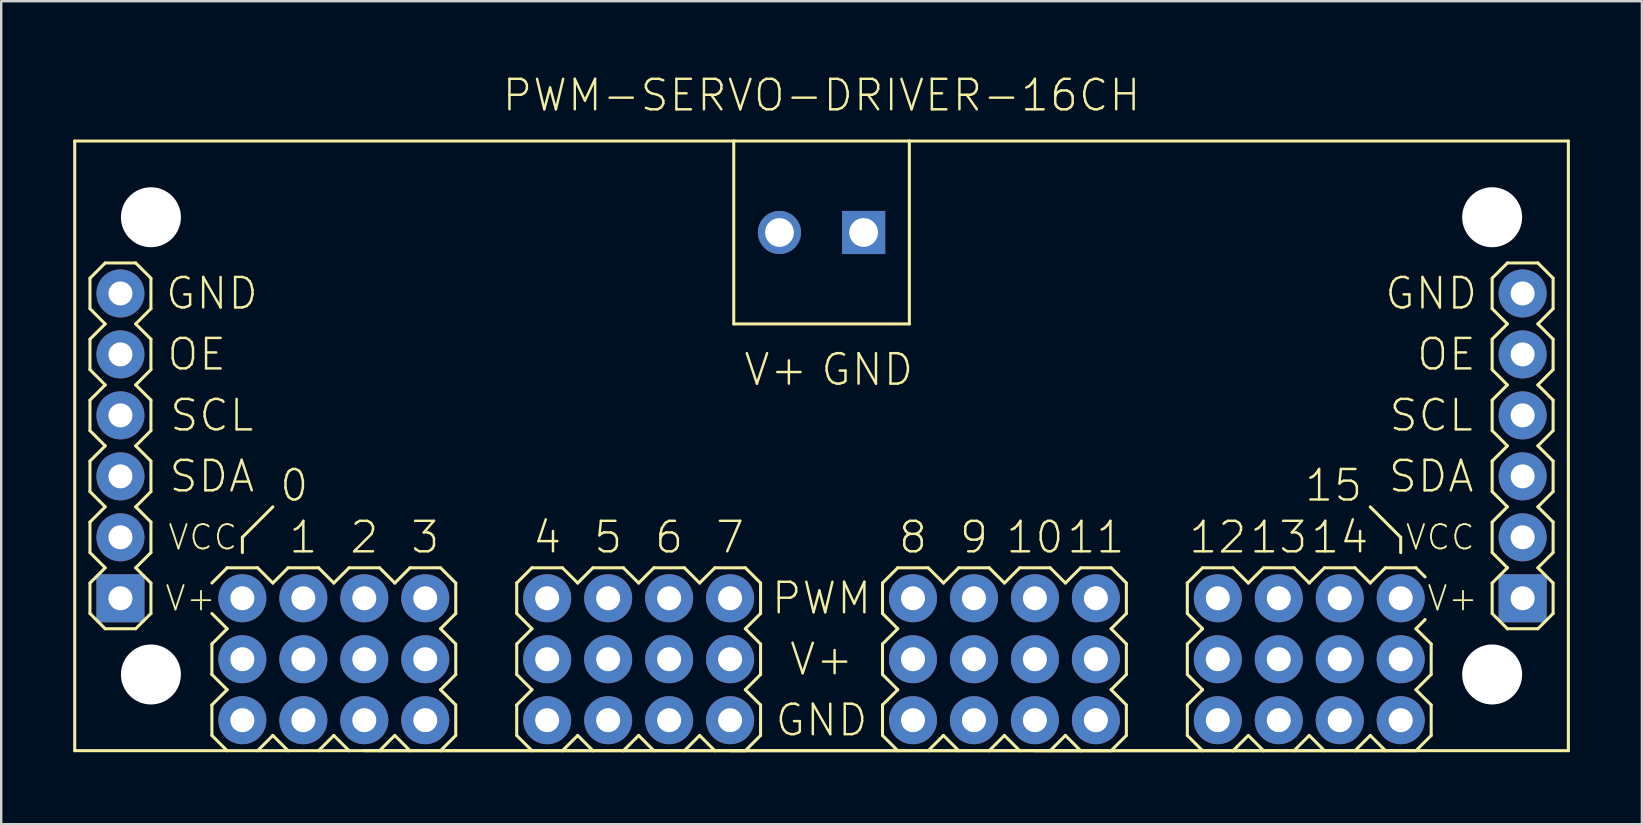
<source format=kicad_pcb>
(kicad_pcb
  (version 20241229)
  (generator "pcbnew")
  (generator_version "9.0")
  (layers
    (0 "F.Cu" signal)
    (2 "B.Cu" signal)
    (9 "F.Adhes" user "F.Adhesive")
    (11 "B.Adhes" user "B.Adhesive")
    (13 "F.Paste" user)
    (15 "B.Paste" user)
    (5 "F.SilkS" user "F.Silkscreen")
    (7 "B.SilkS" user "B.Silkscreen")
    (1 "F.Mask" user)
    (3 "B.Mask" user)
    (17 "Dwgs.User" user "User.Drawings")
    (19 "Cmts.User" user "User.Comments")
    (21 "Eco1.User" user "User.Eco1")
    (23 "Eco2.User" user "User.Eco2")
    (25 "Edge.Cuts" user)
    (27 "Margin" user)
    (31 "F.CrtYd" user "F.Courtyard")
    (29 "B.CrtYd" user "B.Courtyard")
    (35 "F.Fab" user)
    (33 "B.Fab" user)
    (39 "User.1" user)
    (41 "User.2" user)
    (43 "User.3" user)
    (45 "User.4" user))
  (footprint "PWM-SERVO-DRIVER-16CH"
    (layer "F.Cu")
    (at 31.178 15.526)
    (property "Reference" "PWM-SERVO-DRIVER-16CH" (at 0 -14.605 0) (layer "F.SilkS") (effects (font (size 1.27 1.27) (thickness 0.102))))
    (attr exclude_from_pos_files exclude_from_bom)
    (fp_line (start -31.115 -12.7) (end -3.658 -12.7) (stroke (width 0.127) (type solid)) (layer "F.SilkS"))
    (fp_line (start -31.115 12.7) (end -31.115 -12.7) (stroke (width 0.127) (type solid)) (layer "F.SilkS"))
    (fp_line (start -30.48 -6.985) (end -29.845 -7.62) (stroke (width 0.127) (type solid)) (layer "F.SilkS"))
    (fp_line (start -30.48 -5.715) (end -30.48 -6.985) (stroke (width 0.127) (type solid)) (layer "F.SilkS"))
    (fp_line (start -30.48 -4.445) (end -29.845 -5.08) (stroke (width 0.127) (type solid)) (layer "F.SilkS"))
    (fp_line (start -30.48 -3.175) (end -30.48 -4.445) (stroke (width 0.127) (type solid)) (layer "F.SilkS"))
    (fp_line (start -30.48 -1.905) (end -29.845 -2.54) (stroke (width 0.127) (type solid)) (layer "F.SilkS"))
    (fp_line (start -30.48 -0.635) (end -30.48 -1.905) (stroke (width 0.127) (type solid)) (layer "F.SilkS"))
    (fp_line (start -30.48 0.635) (end -29.845 0) (stroke (width 0.127) (type solid)) (layer "F.SilkS"))
    (fp_line (start -30.48 1.905) (end -30.48 0.635) (stroke (width 0.127) (type solid)) (layer "F.SilkS"))
    (fp_line (start -30.48 3.175) (end -29.845 2.54) (stroke (width 0.127) (type solid)) (layer "F.SilkS"))
    (fp_line (start -30.48 4.445) (end -30.48 3.175) (stroke (width 0.127) (type solid)) (layer "F.SilkS"))
    (fp_line (start -30.48 5.715) (end -29.845 5.08) (stroke (width 0.127) (type solid)) (layer "F.SilkS"))
    (fp_line (start -30.48 6.985) (end -30.48 5.715) (stroke (width 0.127) (type solid)) (layer "F.SilkS"))
    (fp_line (start -29.845 -7.62) (end -28.575 -7.62) (stroke (width 0.127) (type solid)) (layer "F.SilkS"))
    (fp_line (start -29.845 -5.08) (end -30.48 -5.715) (stroke (width 0.127) (type solid)) (layer "F.SilkS"))
    (fp_line (start -29.845 -2.54) (end -30.48 -3.175) (stroke (width 0.127) (type solid)) (layer "F.SilkS"))
    (fp_line (start -29.845 0) (end -30.48 -0.635) (stroke (width 0.127) (type solid)) (layer "F.SilkS"))
    (fp_line (start -29.845 2.54) (end -30.48 1.905) (stroke (width 0.127) (type solid)) (layer "F.SilkS"))
    (fp_line (start -29.845 5.08) (end -30.48 4.445) (stroke (width 0.127) (type solid)) (layer "F.SilkS"))
    (fp_line (start -29.845 7.62) (end -30.48 6.985) (stroke (width 0.127) (type solid)) (layer "F.SilkS"))
    (fp_line (start -28.575 -7.62) (end -27.94 -6.985) (stroke (width 0.127) (type solid)) (layer "F.SilkS"))
    (fp_line (start -28.575 -5.08) (end -27.94 -4.445) (stroke (width 0.127) (type solid)) (layer "F.SilkS"))
    (fp_line (start -28.575 -2.54) (end -27.94 -1.905) (stroke (width 0.127) (type solid)) (layer "F.SilkS"))
    (fp_line (start -28.575 0) (end -27.94 0.635) (stroke (width 0.127) (type solid)) (layer "F.SilkS"))
    (fp_line (start -28.575 2.54) (end -27.94 3.175) (stroke (width 0.127) (type solid)) (layer "F.SilkS"))
    (fp_line (start -28.575 5.08) (end -27.94 5.715) (stroke (width 0.127) (type solid)) (layer "F.SilkS"))
    (fp_line (start -28.575 7.62) (end -29.845 7.62) (stroke (width 0.127) (type solid)) (layer "F.SilkS"))
    (fp_line (start -27.94 -6.985) (end -27.94 -5.715) (stroke (width 0.127) (type solid)) (layer "F.SilkS"))
    (fp_line (start -27.94 -5.715) (end -28.575 -5.08) (stroke (width 0.127) (type solid)) (layer "F.SilkS"))
    (fp_line (start -27.94 -4.445) (end -27.94 -3.175) (stroke (width 0.127) (type solid)) (layer "F.SilkS"))
    (fp_line (start -27.94 -3.175) (end -28.575 -2.54) (stroke (width 0.127) (type solid)) (layer "F.SilkS"))
    (fp_line (start -27.94 -1.905) (end -27.94 -0.635) (stroke (width 0.127) (type solid)) (layer "F.SilkS"))
    (fp_line (start -27.94 -0.635) (end -28.575 0) (stroke (width 0.127) (type solid)) (layer "F.SilkS"))
    (fp_line (start -27.94 0.635) (end -27.94 1.905) (stroke (width 0.127) (type solid)) (layer "F.SilkS"))
    (fp_line (start -27.94 1.905) (end -28.575 2.54) (stroke (width 0.127) (type solid)) (layer "F.SilkS"))
    (fp_line (start -27.94 3.175) (end -27.94 4.445) (stroke (width 0.127) (type solid)) (layer "F.SilkS"))
    (fp_line (start -27.94 4.445) (end -28.575 5.08) (stroke (width 0.127) (type solid)) (layer "F.SilkS"))
    (fp_line (start -27.94 5.715) (end -27.94 6.985) (stroke (width 0.127) (type solid)) (layer "F.SilkS"))
    (fp_line (start -27.94 6.985) (end -28.575 7.62) (stroke (width 0.127) (type solid)) (layer "F.SilkS"))
    (fp_line (start -25.4 8.255) (end -25.4 9.525) (stroke (width 0.127) (type solid)) (layer "F.SilkS"))
    (fp_line (start -25.4 9.525) (end -24.765 10.16) (stroke (width 0.127) (type solid)) (layer "F.SilkS"))
    (fp_line (start -25.4 10.795) (end -25.4 12.065) (stroke (width 0.127) (type solid)) (layer "F.SilkS"))
    (fp_line (start -25.4 12.065) (end -24.765 12.7) (stroke (width 0.127) (type solid)) (layer "F.SilkS"))
    (fp_line (start -24.765 5.08) (end -25.4 5.715) (stroke (width 0.127) (type solid)) (layer "F.SilkS"))
    (fp_line (start -24.765 5.08) (end -23.495 5.08) (stroke (width 0.127) (type solid)) (layer "F.SilkS"))
    (fp_line (start -24.765 7.62) (end -25.4 6.985) (stroke (width 0.127) (type solid)) (layer "F.SilkS"))
    (fp_line (start -24.765 7.62) (end -25.4 8.255) (stroke (width 0.127) (type solid)) (layer "F.SilkS"))
    (fp_line (start -24.765 10.16) (end -25.4 10.795) (stroke (width 0.127) (type solid)) (layer "F.SilkS"))
    (fp_line (start -24.765 12.7) (end -31.115 12.7) (stroke (width 0.127) (type solid)) (layer "F.SilkS"))
    (fp_line (start -24.13 3.81) (end -22.86 2.54) (stroke (width 0.127) (type solid)) (layer "F.SilkS"))
    (fp_line (start -24.13 4.445) (end -24.13 3.81) (stroke (width 0.127) (type solid)) (layer "F.SilkS"))
    (fp_line (start -23.495 5.08) (end -22.86 5.715) (stroke (width 0.127) (type solid)) (layer "F.SilkS"))
    (fp_line (start -23.495 12.7) (end -24.765 12.7) (stroke (width 0.127) (type solid)) (layer "F.SilkS"))
    (fp_line (start -23.495 12.7) (end -22.86 12.065) (stroke (width 0.127) (type solid)) (layer "F.SilkS"))
    (fp_line (start -22.86 5.715) (end -22.225 5.08) (stroke (width 0.127) (type solid)) (layer "F.SilkS"))
    (fp_line (start -22.86 12.065) (end -22.225 12.7) (stroke (width 0.127) (type solid)) (layer "F.SilkS"))
    (fp_line (start -22.225 5.08) (end -20.955 5.08) (stroke (width 0.127) (type solid)) (layer "F.SilkS"))
    (fp_line (start -22.225 12.7) (end -23.495 12.7) (stroke (width 0.127) (type solid)) (layer "F.SilkS"))
    (fp_line (start -20.955 5.08) (end -20.32 5.715) (stroke (width 0.127) (type solid)) (layer "F.SilkS"))
    (fp_line (start -20.955 12.7) (end -22.225 12.7) (stroke (width 0.127) (type solid)) (layer "F.SilkS"))
    (fp_line (start -20.955 12.7) (end -20.32 12.065) (stroke (width 0.127) (type solid)) (layer "F.SilkS"))
    (fp_line (start -20.32 5.715) (end -19.685 5.08) (stroke (width 0.127) (type solid)) (layer "F.SilkS"))
    (fp_line (start -20.32 12.065) (end -19.685 12.7) (stroke (width 0.127) (type solid)) (layer "F.SilkS"))
    (fp_line (start -19.685 5.08) (end -18.415 5.08) (stroke (width 0.127) (type solid)) (layer "F.SilkS"))
    (fp_line (start -19.685 12.7) (end -20.955 12.7) (stroke (width 0.127) (type solid)) (layer "F.SilkS"))
    (fp_line (start -18.415 5.08) (end -17.78 5.715) (stroke (width 0.127) (type solid)) (layer "F.SilkS"))
    (fp_line (start -18.415 12.7) (end -19.685 12.7) (stroke (width 0.127) (type solid)) (layer "F.SilkS"))
    (fp_line (start -18.415 12.7) (end -17.78 12.065) (stroke (width 0.127) (type solid)) (layer "F.SilkS"))
    (fp_line (start -17.78 5.715) (end -17.145 5.08) (stroke (width 0.127) (type solid)) (layer "F.SilkS"))
    (fp_line (start -17.78 12.065) (end -17.145 12.7) (stroke (width 0.127) (type solid)) (layer "F.SilkS"))
    (fp_line (start -17.145 5.08) (end -15.875 5.08) (stroke (width 0.127) (type solid)) (layer "F.SilkS"))
    (fp_line (start -17.145 12.7) (end -18.415 12.7) (stroke (width 0.127) (type solid)) (layer "F.SilkS"))
    (fp_line (start -15.875 5.08) (end -15.24 5.715) (stroke (width 0.127) (type solid)) (layer "F.SilkS"))
    (fp_line (start -15.875 7.62) (end -15.24 8.255) (stroke (width 0.127) (type solid)) (layer "F.SilkS"))
    (fp_line (start -15.875 10.16) (end -15.24 10.795) (stroke (width 0.127) (type solid)) (layer "F.SilkS"))
    (fp_line (start -15.875 12.7) (end -17.145 12.7) (stroke (width 0.127) (type solid)) (layer "F.SilkS"))
    (fp_line (start -15.24 5.715) (end -15.24 6.985) (stroke (width 0.127) (type solid)) (layer "F.SilkS"))
    (fp_line (start -15.24 6.985) (end -15.875 7.62) (stroke (width 0.127) (type solid)) (layer "F.SilkS"))
    (fp_line (start -15.24 8.255) (end -15.24 9.525) (stroke (width 0.127) (type solid)) (layer "F.SilkS"))
    (fp_line (start -15.24 9.525) (end -15.875 10.16) (stroke (width 0.127) (type solid)) (layer "F.SilkS"))
    (fp_line (start -15.24 10.795) (end -15.24 12.065) (stroke (width 0.127) (type solid)) (layer "F.SilkS"))
    (fp_line (start -15.24 12.065) (end -15.875 12.7) (stroke (width 0.127) (type solid)) (layer "F.SilkS"))
    (fp_line (start -12.7 5.715) (end -12.7 6.985) (stroke (width 0.127) (type solid)) (layer "F.SilkS"))
    (fp_line (start -12.7 6.985) (end -12.065 7.62) (stroke (width 0.127) (type solid)) (layer "F.SilkS"))
    (fp_line (start -12.7 8.255) (end -12.7 9.525) (stroke (width 0.127) (type solid)) (layer "F.SilkS"))
    (fp_line (start -12.7 9.525) (end -12.065 10.16) (stroke (width 0.127) (type solid)) (layer "F.SilkS"))
    (fp_line (start -12.7 10.795) (end -12.7 12.065) (stroke (width 0.127) (type solid)) (layer "F.SilkS"))
    (fp_line (start -12.7 12.065) (end -12.065 12.7) (stroke (width 0.127) (type solid)) (layer "F.SilkS"))
    (fp_line (start -12.065 5.08) (end -12.7 5.715) (stroke (width 0.127) (type solid)) (layer "F.SilkS"))
    (fp_line (start -12.065 5.08) (end -10.795 5.08) (stroke (width 0.127) (type solid)) (layer "F.SilkS"))
    (fp_line (start -12.065 7.62) (end -12.7 8.255) (stroke (width 0.127) (type solid)) (layer "F.SilkS"))
    (fp_line (start -12.065 10.16) (end -12.7 10.795) (stroke (width 0.127) (type solid)) (layer "F.SilkS"))
    (fp_line (start -12.065 12.7) (end -19.05 12.7) (stroke (width 0.127) (type solid)) (layer "F.SilkS"))
    (fp_line (start -10.795 5.08) (end -10.16 5.715) (stroke (width 0.127) (type solid)) (layer "F.SilkS"))
    (fp_line (start -10.795 12.7) (end -12.065 12.7) (stroke (width 0.127) (type solid)) (layer "F.SilkS"))
    (fp_line (start -10.795 12.7) (end -10.16 12.065) (stroke (width 0.127) (type solid)) (layer "F.SilkS"))
    (fp_line (start -10.16 5.715) (end -9.525 5.08) (stroke (width 0.127) (type solid)) (layer "F.SilkS"))
    (fp_line (start -10.16 12.065) (end -9.525 12.7) (stroke (width 0.127) (type solid)) (layer "F.SilkS"))
    (fp_line (start -9.525 5.08) (end -8.255 5.08) (stroke (width 0.127) (type solid)) (layer "F.SilkS"))
    (fp_line (start -9.525 12.7) (end -10.795 12.7) (stroke (width 0.127) (type solid)) (layer "F.SilkS"))
    (fp_line (start -8.255 5.08) (end -7.62 5.715) (stroke (width 0.127) (type solid)) (layer "F.SilkS"))
    (fp_line (start -8.255 12.7) (end -9.525 12.7) (stroke (width 0.127) (type solid)) (layer "F.SilkS"))
    (fp_line (start -8.255 12.7) (end -7.62 12.065) (stroke (width 0.127) (type solid)) (layer "F.SilkS"))
    (fp_line (start -7.62 5.715) (end -6.985 5.08) (stroke (width 0.127) (type solid)) (layer "F.SilkS"))
    (fp_line (start -7.62 12.065) (end -6.985 12.7) (stroke (width 0.127) (type solid)) (layer "F.SilkS"))
    (fp_line (start -6.985 5.08) (end -5.715 5.08) (stroke (width 0.127) (type solid)) (layer "F.SilkS"))
    (fp_line (start -6.985 12.7) (end -8.255 12.7) (stroke (width 0.127) (type solid)) (layer "F.SilkS"))
    (fp_line (start -5.715 5.08) (end -5.08 5.715) (stroke (width 0.127) (type solid)) (layer "F.SilkS"))
    (fp_line (start -5.715 12.7) (end -6.985 12.7) (stroke (width 0.127) (type solid)) (layer "F.SilkS"))
    (fp_line (start -5.715 12.7) (end -5.08 12.065) (stroke (width 0.127) (type solid)) (layer "F.SilkS"))
    (fp_line (start -5.08 5.715) (end -4.445 5.08) (stroke (width 0.127) (type solid)) (layer "F.SilkS"))
    (fp_line (start -5.08 12.065) (end -4.445 12.7) (stroke (width 0.127) (type solid)) (layer "F.SilkS"))
    (fp_line (start -4.445 5.08) (end -3.175 5.08) (stroke (width 0.127) (type solid)) (layer "F.SilkS"))
    (fp_line (start -4.445 12.7) (end -5.715 12.7) (stroke (width 0.127) (type solid)) (layer "F.SilkS"))
    (fp_line (start -3.658 -12.7) (end -3.658 -5.08) (stroke (width 0.127) (type solid)) (layer "F.SilkS"))
    (fp_line (start -3.658 -12.7) (end 3.658 -12.7) (stroke (width 0.127) (type solid)) (layer "F.SilkS"))
    (fp_line (start -3.658 -5.08) (end 3.658 -5.08) (stroke (width 0.127) (type solid)) (layer "F.SilkS"))
    (fp_line (start -3.175 5.08) (end -2.54 5.715) (stroke (width 0.127) (type solid)) (layer "F.SilkS"))
    (fp_line (start -3.175 7.62) (end -2.54 8.255) (stroke (width 0.127) (type solid)) (layer "F.SilkS"))
    (fp_line (start -3.175 10.16) (end -2.54 10.795) (stroke (width 0.127) (type solid)) (layer "F.SilkS"))
    (fp_line (start -3.175 12.7) (end -4.445 12.7) (stroke (width 0.127) (type solid)) (layer "F.SilkS"))
    (fp_line (start -2.54 5.715) (end -2.54 6.985) (stroke (width 0.127) (type solid)) (layer "F.SilkS"))
    (fp_line (start -2.54 6.985) (end -3.175 7.62) (stroke (width 0.127) (type solid)) (layer "F.SilkS"))
    (fp_line (start -2.54 8.255) (end -2.54 9.525) (stroke (width 0.127) (type solid)) (layer "F.SilkS"))
    (fp_line (start -2.54 9.525) (end -3.175 10.16) (stroke (width 0.127) (type solid)) (layer "F.SilkS"))
    (fp_line (start -2.54 10.795) (end -2.54 12.065) (stroke (width 0.127) (type solid)) (layer "F.SilkS"))
    (fp_line (start -2.54 12.065) (end -3.175 12.7) (stroke (width 0.127) (type solid)) (layer "F.SilkS"))
    (fp_line (start 2.54 5.715) (end 2.54 6.985) (stroke (width 0.127) (type solid)) (layer "F.SilkS"))
    (fp_line (start 2.54 6.985) (end 3.175 7.62) (stroke (width 0.127) (type solid)) (layer "F.SilkS"))
    (fp_line (start 2.54 8.255) (end 2.54 9.525) (stroke (width 0.127) (type solid)) (layer "F.SilkS"))
    (fp_line (start 2.54 9.525) (end 3.175 10.16) (stroke (width 0.127) (type solid)) (layer "F.SilkS"))
    (fp_line (start 2.54 10.795) (end 2.54 12.065) (stroke (width 0.127) (type solid)) (layer "F.SilkS"))
    (fp_line (start 2.54 12.065) (end 3.175 12.7) (stroke (width 0.127) (type solid)) (layer "F.SilkS"))
    (fp_line (start 3.175 5.08) (end 2.54 5.715) (stroke (width 0.127) (type solid)) (layer "F.SilkS"))
    (fp_line (start 3.175 5.08) (end 4.445 5.08) (stroke (width 0.127) (type solid)) (layer "F.SilkS"))
    (fp_line (start 3.175 7.62) (end 2.54 8.255) (stroke (width 0.127) (type solid)) (layer "F.SilkS"))
    (fp_line (start 3.175 10.16) (end 2.54 10.795) (stroke (width 0.127) (type solid)) (layer "F.SilkS"))
    (fp_line (start 3.175 12.7) (end -3.81 12.7) (stroke (width 0.127) (type solid)) (layer "F.SilkS"))
    (fp_line (start 3.658 -12.7) (end 31.115 -12.7) (stroke (width 0.127) (type solid)) (layer "F.SilkS"))
    (fp_line (start 3.658 -5.08) (end 3.658 -12.7) (stroke (width 0.127) (type solid)) (layer "F.SilkS"))
    (fp_line (start 4.445 5.08) (end 5.08 5.715) (stroke (width 0.127) (type solid)) (layer "F.SilkS"))
    (fp_line (start 4.445 12.7) (end 3.175 12.7) (stroke (width 0.127) (type solid)) (layer "F.SilkS"))
    (fp_line (start 4.445 12.7) (end 5.08 12.065) (stroke (width 0.127) (type solid)) (layer "F.SilkS"))
    (fp_line (start 5.08 5.715) (end 5.715 5.08) (stroke (width 0.127) (type solid)) (layer "F.SilkS"))
    (fp_line (start 5.08 12.065) (end 5.715 12.7) (stroke (width 0.127) (type solid)) (layer "F.SilkS"))
    (fp_line (start 5.715 5.08) (end 6.985 5.08) (stroke (width 0.127) (type solid)) (layer "F.SilkS"))
    (fp_line (start 5.715 12.7) (end 4.445 12.7) (stroke (width 0.127) (type solid)) (layer "F.SilkS"))
    (fp_line (start 6.985 5.08) (end 7.62 5.715) (stroke (width 0.127) (type solid)) (layer "F.SilkS"))
    (fp_line (start 6.985 12.7) (end 5.715 12.7) (stroke (width 0.127) (type solid)) (layer "F.SilkS"))
    (fp_line (start 6.985 12.7) (end 7.62 12.065) (stroke (width 0.127) (type solid)) (layer "F.SilkS"))
    (fp_line (start 7.62 5.715) (end 8.255 5.08) (stroke (width 0.127) (type solid)) (layer "F.SilkS"))
    (fp_line (start 7.62 12.065) (end 8.255 12.7) (stroke (width 0.127) (type solid)) (layer "F.SilkS"))
    (fp_line (start 8.255 5.08) (end 9.525 5.08) (stroke (width 0.127) (type solid)) (layer "F.SilkS"))
    (fp_line (start 8.255 12.7) (end 6.985 12.7) (stroke (width 0.127) (type solid)) (layer "F.SilkS"))
    (fp_line (start 9.525 5.08) (end 10.16 5.715) (stroke (width 0.127) (type solid)) (layer "F.SilkS"))
    (fp_line (start 9.525 12.7) (end 8.255 12.7) (stroke (width 0.127) (type solid)) (layer "F.SilkS"))
    (fp_line (start 9.525 12.7) (end 10.16 12.065) (stroke (width 0.127) (type solid)) (layer "F.SilkS"))
    (fp_line (start 10.16 5.715) (end 10.795 5.08) (stroke (width 0.127) (type solid)) (layer "F.SilkS"))
    (fp_line (start 10.16 12.065) (end 10.795 12.7) (stroke (width 0.127) (type solid)) (layer "F.SilkS"))
    (fp_line (start 10.795 5.08) (end 12.065 5.08) (stroke (width 0.127) (type solid)) (layer "F.SilkS"))
    (fp_line (start 10.795 12.7) (end 9.525 12.7) (stroke (width 0.127) (type solid)) (layer "F.SilkS"))
    (fp_line (start 12.065 5.08) (end 12.7 5.715) (stroke (width 0.127) (type solid)) (layer "F.SilkS"))
    (fp_line (start 12.065 7.62) (end 12.7 8.255) (stroke (width 0.127) (type solid)) (layer "F.SilkS"))
    (fp_line (start 12.065 10.16) (end 12.7 10.795) (stroke (width 0.127) (type solid)) (layer "F.SilkS"))
    (fp_line (start 12.065 12.7) (end 10.795 12.7) (stroke (width 0.127) (type solid)) (layer "F.SilkS"))
    (fp_line (start 12.7 5.715) (end 12.7 6.985) (stroke (width 0.127) (type solid)) (layer "F.SilkS"))
    (fp_line (start 12.7 6.985) (end 12.065 7.62) (stroke (width 0.127) (type solid)) (layer "F.SilkS"))
    (fp_line (start 12.7 8.255) (end 12.7 9.525) (stroke (width 0.127) (type solid)) (layer "F.SilkS"))
    (fp_line (start 12.7 9.525) (end 12.065 10.16) (stroke (width 0.127) (type solid)) (layer "F.SilkS"))
    (fp_line (start 12.7 10.795) (end 12.7 12.065) (stroke (width 0.127) (type solid)) (layer "F.SilkS"))
    (fp_line (start 12.7 12.065) (end 12.065 12.7) (stroke (width 0.127) (type solid)) (layer "F.SilkS"))
    (fp_line (start 15.24 5.715) (end 15.24 6.985) (stroke (width 0.127) (type solid)) (layer "F.SilkS"))
    (fp_line (start 15.24 6.985) (end 15.875 7.62) (stroke (width 0.127) (type solid)) (layer "F.SilkS"))
    (fp_line (start 15.24 8.255) (end 15.24 9.525) (stroke (width 0.127) (type solid)) (layer "F.SilkS"))
    (fp_line (start 15.24 9.525) (end 15.875 10.16) (stroke (width 0.127) (type solid)) (layer "F.SilkS"))
    (fp_line (start 15.24 10.795) (end 15.24 12.065) (stroke (width 0.127) (type solid)) (layer "F.SilkS"))
    (fp_line (start 15.24 12.065) (end 15.875 12.7) (stroke (width 0.127) (type solid)) (layer "F.SilkS"))
    (fp_line (start 15.875 5.08) (end 15.24 5.715) (stroke (width 0.127) (type solid)) (layer "F.SilkS"))
    (fp_line (start 15.875 5.08) (end 17.145 5.08) (stroke (width 0.127) (type solid)) (layer "F.SilkS"))
    (fp_line (start 15.875 7.62) (end 15.24 8.255) (stroke (width 0.127) (type solid)) (layer "F.SilkS"))
    (fp_line (start 15.875 10.16) (end 15.24 10.795) (stroke (width 0.127) (type solid)) (layer "F.SilkS"))
    (fp_line (start 15.875 12.7) (end 8.89 12.7) (stroke (width 0.127) (type solid)) (layer "F.SilkS"))
    (fp_line (start 17.145 5.08) (end 17.78 5.715) (stroke (width 0.127) (type solid)) (layer "F.SilkS"))
    (fp_line (start 17.145 12.7) (end 15.875 12.7) (stroke (width 0.127) (type solid)) (layer "F.SilkS"))
    (fp_line (start 17.145 12.7) (end 17.78 12.065) (stroke (width 0.127) (type solid)) (layer "F.SilkS"))
    (fp_line (start 17.78 5.715) (end 18.415 5.08) (stroke (width 0.127) (type solid)) (layer "F.SilkS"))
    (fp_line (start 17.78 12.065) (end 18.415 12.7) (stroke (width 0.127) (type solid)) (layer "F.SilkS"))
    (fp_line (start 18.415 5.08) (end 19.685 5.08) (stroke (width 0.127) (type solid)) (layer "F.SilkS"))
    (fp_line (start 18.415 12.7) (end 17.145 12.7) (stroke (width 0.127) (type solid)) (layer "F.SilkS"))
    (fp_line (start 19.685 5.08) (end 20.32 5.715) (stroke (width 0.127) (type solid)) (layer "F.SilkS"))
    (fp_line (start 19.685 12.7) (end 18.415 12.7) (stroke (width 0.127) (type solid)) (layer "F.SilkS"))
    (fp_line (start 19.685 12.7) (end 20.32 12.065) (stroke (width 0.127) (type solid)) (layer "F.SilkS"))
    (fp_line (start 20.32 5.715) (end 20.955 5.08) (stroke (width 0.127) (type solid)) (layer "F.SilkS"))
    (fp_line (start 20.32 12.065) (end 20.955 12.7) (stroke (width 0.127) (type solid)) (layer "F.SilkS"))
    (fp_line (start 20.955 5.08) (end 22.225 5.08) (stroke (width 0.127) (type solid)) (layer "F.SilkS"))
    (fp_line (start 20.955 12.7) (end 19.685 12.7) (stroke (width 0.127) (type solid)) (layer "F.SilkS"))
    (fp_line (start 22.225 5.08) (end 22.86 5.715) (stroke (width 0.127) (type solid)) (layer "F.SilkS"))
    (fp_line (start 22.225 12.7) (end 20.955 12.7) (stroke (width 0.127) (type solid)) (layer "F.SilkS"))
    (fp_line (start 22.225 12.7) (end 22.86 12.065) (stroke (width 0.127) (type solid)) (layer "F.SilkS"))
    (fp_line (start 22.86 5.715) (end 23.495 5.08) (stroke (width 0.127) (type solid)) (layer "F.SilkS"))
    (fp_line (start 22.86 12.065) (end 23.495 12.7) (stroke (width 0.127) (type solid)) (layer "F.SilkS"))
    (fp_line (start 23.495 5.08) (end 24.765 5.08) (stroke (width 0.127) (type solid)) (layer "F.SilkS"))
    (fp_line (start 23.495 12.7) (end 22.225 12.7) (stroke (width 0.127) (type solid)) (layer "F.SilkS"))
    (fp_line (start 24.13 3.81) (end 22.86 2.54) (stroke (width 0.127) (type solid)) (layer "F.SilkS"))
    (fp_line (start 24.13 4.445) (end 24.13 3.81) (stroke (width 0.127) (type solid)) (layer "F.SilkS"))
    (fp_line (start 24.765 5.08) (end 25.146 5.461) (stroke (width 0.127) (type solid)) (layer "F.SilkS"))
    (fp_line (start 24.765 7.62) (end 25.146 7.236) (stroke (width 0.127) (type solid)) (layer "F.SilkS"))
    (fp_line (start 24.765 7.62) (end 25.4 8.255) (stroke (width 0.127) (type solid)) (layer "F.SilkS"))
    (fp_line (start 24.765 10.16) (end 25.4 10.795) (stroke (width 0.127) (type solid)) (layer "F.SilkS"))
    (fp_line (start 24.765 12.7) (end 23.495 12.7) (stroke (width 0.127) (type solid)) (layer "F.SilkS"))
    (fp_line (start 25.4 8.255) (end 25.4 9.525) (stroke (width 0.127) (type solid)) (layer "F.SilkS"))
    (fp_line (start 25.4 9.525) (end 24.765 10.16) (stroke (width 0.127) (type solid)) (layer "F.SilkS"))
    (fp_line (start 25.4 10.795) (end 25.4 12.065) (stroke (width 0.127) (type solid)) (layer "F.SilkS"))
    (fp_line (start 25.4 12.065) (end 24.765 12.7) (stroke (width 0.127) (type solid)) (layer "F.SilkS"))
    (fp_line (start 27.94 -6.985) (end 28.575 -7.62) (stroke (width 0.127) (type solid)) (layer "F.SilkS"))
    (fp_line (start 27.94 -5.715) (end 27.94 -6.985) (stroke (width 0.127) (type solid)) (layer "F.SilkS"))
    (fp_line (start 27.94 -4.445) (end 28.575 -5.08) (stroke (width 0.127) (type solid)) (layer "F.SilkS"))
    (fp_line (start 27.94 -3.175) (end 27.94 -4.445) (stroke (width 0.127) (type solid)) (layer "F.SilkS"))
    (fp_line (start 27.94 -1.905) (end 28.575 -2.54) (stroke (width 0.127) (type solid)) (layer "F.SilkS"))
    (fp_line (start 27.94 -0.635) (end 27.94 -1.905) (stroke (width 0.127) (type solid)) (layer "F.SilkS"))
    (fp_line (start 27.94 0.635) (end 28.575 0) (stroke (width 0.127) (type solid)) (layer "F.SilkS"))
    (fp_line (start 27.94 1.905) (end 27.94 0.635) (stroke (width 0.127) (type solid)) (layer "F.SilkS"))
    (fp_line (start 27.94 3.175) (end 28.575 2.54) (stroke (width 0.127) (type solid)) (layer "F.SilkS"))
    (fp_line (start 27.94 4.445) (end 27.94 3.175) (stroke (width 0.127) (type solid)) (layer "F.SilkS"))
    (fp_line (start 27.94 5.715) (end 28.575 5.08) (stroke (width 0.127) (type solid)) (layer "F.SilkS"))
    (fp_line (start 27.94 6.985) (end 27.94 5.715) (stroke (width 0.127) (type solid)) (layer "F.SilkS"))
    (fp_line (start 28.575 -7.62) (end 29.845 -7.62) (stroke (width 0.127) (type solid)) (layer "F.SilkS"))
    (fp_line (start 28.575 -5.08) (end 27.94 -5.715) (stroke (width 0.127) (type solid)) (layer "F.SilkS"))
    (fp_line (start 28.575 -2.54) (end 27.94 -3.175) (stroke (width 0.127) (type solid)) (layer "F.SilkS"))
    (fp_line (start 28.575 0) (end 27.94 -0.635) (stroke (width 0.127) (type solid)) (layer "F.SilkS"))
    (fp_line (start 28.575 2.54) (end 27.94 1.905) (stroke (width 0.127) (type solid)) (layer "F.SilkS"))
    (fp_line (start 28.575 5.08) (end 27.94 4.445) (stroke (width 0.127) (type solid)) (layer "F.SilkS"))
    (fp_line (start 28.575 7.62) (end 27.94 6.985) (stroke (width 0.127) (type solid)) (layer "F.SilkS"))
    (fp_line (start 29.845 -7.62) (end 30.48 -6.985) (stroke (width 0.127) (type solid)) (layer "F.SilkS"))
    (fp_line (start 29.845 -5.08) (end 30.48 -4.445) (stroke (width 0.127) (type solid)) (layer "F.SilkS"))
    (fp_line (start 29.845 -2.54) (end 30.48 -1.905) (stroke (width 0.127) (type solid)) (layer "F.SilkS"))
    (fp_line (start 29.845 0) (end 30.48 0.635) (stroke (width 0.127) (type solid)) (layer "F.SilkS"))
    (fp_line (start 29.845 2.54) (end 30.48 3.175) (stroke (width 0.127) (type solid)) (layer "F.SilkS"))
    (fp_line (start 29.845 5.08) (end 30.48 5.715) (stroke (width 0.127) (type solid)) (layer "F.SilkS"))
    (fp_line (start 29.845 7.62) (end 28.575 7.62) (stroke (width 0.127) (type solid)) (layer "F.SilkS"))
    (fp_line (start 30.48 -6.985) (end 30.48 -5.715) (stroke (width 0.127) (type solid)) (layer "F.SilkS"))
    (fp_line (start 30.48 -5.715) (end 29.845 -5.08) (stroke (width 0.127) (type solid)) (layer "F.SilkS"))
    (fp_line (start 30.48 -4.445) (end 30.48 -3.175) (stroke (width 0.127) (type solid)) (layer "F.SilkS"))
    (fp_line (start 30.48 -3.175) (end 29.845 -2.54) (stroke (width 0.127) (type solid)) (layer "F.SilkS"))
    (fp_line (start 30.48 -1.905) (end 30.48 -0.635) (stroke (width 0.127) (type solid)) (layer "F.SilkS"))
    (fp_line (start 30.48 -0.635) (end 29.845 0) (stroke (width 0.127) (type solid)) (layer "F.SilkS"))
    (fp_line (start 30.48 0.635) (end 30.48 1.905) (stroke (width 0.127) (type solid)) (layer "F.SilkS"))
    (fp_line (start 30.48 1.905) (end 29.845 2.54) (stroke (width 0.127) (type solid)) (layer "F.SilkS"))
    (fp_line (start 30.48 3.175) (end 30.48 4.445) (stroke (width 0.127) (type solid)) (layer "F.SilkS"))
    (fp_line (start 30.48 4.445) (end 29.845 5.08) (stroke (width 0.127) (type solid)) (layer "F.SilkS"))
    (fp_line (start 30.48 5.715) (end 30.48 6.985) (stroke (width 0.127) (type solid)) (layer "F.SilkS"))
    (fp_line (start 30.48 6.985) (end 29.845 7.62) (stroke (width 0.127) (type solid)) (layer "F.SilkS"))
    (fp_line (start 31.115 -12.7) (end 31.115 12.7) (stroke (width 0.127) (type solid)) (layer "F.SilkS"))
    (fp_line (start 31.115 12.7) (end -15.875 12.7) (stroke (width 0.127) (type solid)) (layer "F.SilkS"))
    (fp_text user "GND" (at 25.4 -6.35 180) (layer "F.SilkS") (effects (font (size 1.27 1.27) (thickness 0.102))))
    (fp_text user "PWM" (at 0 6.35 180) (layer "F.SilkS") (effects (font (size 1.27 1.27) (thickness 0.102))))
    (fp_text user "9" (at 6.35 3.81 180) (layer "F.SilkS") (effects (font (size 1.27 1.27) (thickness 0.102))))
    (fp_text user "SDA" (at -25.4 1.27 0) (layer "F.SilkS") (effects (font (size 1.27 1.27) (thickness 0.102))))
    (fp_text user "SCL" (at -25.4 -1.27 0) (layer "F.SilkS") (effects (font (size 1.27 1.27) (thickness 0.102))))
    (fp_text user "SDA" (at 25.4 1.27 180) (layer "F.SilkS") (effects (font (size 1.27 1.27) (thickness 0.102))))
    (fp_text user "12" (at 16.51 3.81 180) (layer "F.SilkS") (effects (font (size 1.27 1.27) (thickness 0.102))))
    (fp_text user "GND" (at 1.905 -3.175 180) (layer "F.SilkS") (effects (font (size 1.27 1.27) (thickness 0.102))))
    (fp_text user "8" (at 3.81 3.81 180) (layer "F.SilkS") (effects (font (size 1.27 1.27) (thickness 0.102))))
    (fp_text user "VCC" (at 25.778 3.81 180) (layer "F.SilkS") (effects (font (size 1.016 1.016) (thickness 0.076))))
    (fp_text user "GND" (at -25.4 -6.35 0) (layer "F.SilkS") (effects (font (size 1.27 1.27) (thickness 0.102))))
    (fp_text user "V+" (at -26.289 6.35 0) (layer "F.SilkS") (effects (font (size 1.016 1.016) (thickness 0.076))))
    (fp_text user "4" (at -11.43 3.81 180) (layer "F.SilkS") (effects (font (size 1.27 1.27) (thickness 0.102))))
    (fp_text user "6" (at -6.35 3.81 180) (layer "F.SilkS") (effects (font (size 1.27 1.27) (thickness 0.102))))
    (fp_text user "V+" (at -1.905 -3.175 180) (layer "F.SilkS") (effects (font (size 1.27 1.27) (thickness 0.102))))
    (fp_text user "13" (at 19.05 3.81 180) (layer "F.SilkS") (effects (font (size 1.27 1.27) (thickness 0.102))))
    (fp_text user "V+" (at 0 8.89 180) (layer "F.SilkS") (effects (font (size 1.27 1.27) (thickness 0.102))))
    (fp_text user "11" (at 11.43 3.81 180) (layer "F.SilkS") (effects (font (size 1.27 1.27) (thickness 0.102))))
    (fp_text user "5" (at -8.89 3.81 180) (layer "F.SilkS") (effects (font (size 1.27 1.27) (thickness 0.102))))
    (fp_text user "15" (at 21.336 1.651 180) (layer "F.SilkS") (effects (font (size 1.27 1.27) (thickness 0.102))))
    (fp_text user "0" (at -21.971 1.651 180) (layer "F.SilkS") (effects (font (size 1.27 1.27) (thickness 0.102))))
    (fp_text user "2" (at -19.05 3.81 180) (layer "F.SilkS") (effects (font (size 1.27 1.27) (thickness 0.102))))
    (fp_text user "OE" (at 26.035 -3.81 180) (layer "F.SilkS") (effects (font (size 1.27 1.27) (thickness 0.102))))
    (fp_text user "7" (at -3.81 3.81 180) (layer "F.SilkS") (effects (font (size 1.27 1.27) (thickness 0.102))))
    (fp_text user "1" (at -21.59 3.81 180) (layer "F.SilkS") (effects (font (size 1.27 1.27) (thickness 0.102))))
    (fp_text user "14" (at 21.59 3.81 180) (layer "F.SilkS") (effects (font (size 1.27 1.27) (thickness 0.102))))
    (fp_text user "SCL" (at 25.4 -1.27 180) (layer "F.SilkS") (effects (font (size 1.27 1.27) (thickness 0.102))))
    (fp_text user "VCC" (at -25.778 3.81 0) (layer "F.SilkS") (effects (font (size 1.016 1.016) (thickness 0.076))))
    (fp_text user "10" (at 8.89 3.81 180) (layer "F.SilkS") (effects (font (size 1.27 1.27) (thickness 0.102))))
    (fp_text user "V+" (at 26.289 6.35 180) (layer "F.SilkS") (effects (font (size 1.016 1.016) (thickness 0.076))))
    (fp_text user "GND" (at 0 11.43 180) (layer "F.SilkS") (effects (font (size 1.27 1.27) (thickness 0.102))))
    (fp_text user "OE" (at -26.035 -3.81 0) (layer "F.SilkS") (effects (font (size 1.27 1.27) (thickness 0.102))))
    (fp_text user "3" (at -16.51 3.81 180) (layer "F.SilkS") (effects (font (size 1.27 1.27) (thickness 0.102))))
    (pad "" np_thru_hole circle (at -27.94 -9.525) (size 2.499 2.499) (drill 2.499) (layers "*.Cu" "*.Mask"))
    (pad "" np_thru_hole circle (at -27.94 9.525) (size 2.499 2.499) (drill 2.499) (layers "*.Cu" "*.Mask"))
    (pad "" np_thru_hole circle (at 27.94 -9.525) (size 2.499 2.499) (drill 2.499) (layers "*.Cu" "*.Mask"))
    (pad "" np_thru_hole circle (at 27.94 9.525) (size 2.499 2.499) (drill 2.499) (layers "*.Cu" "*.Mask"))
    (pad "C0.1" thru_hole circle (at -24.13 6.35) (size 2 2) (drill 1) (layers "*.Cu" "*.Paste" "*.Mask"))
    (pad "C0.2" thru_hole circle (at -24.13 8.89) (size 2 2) (drill 1) (layers "*.Cu" "*.Paste" "*.Mask"))
    (pad "C0.3" thru_hole circle (at -24.13 11.43) (size 2 2) (drill 1) (layers "*.Cu" "*.Paste" "*.Mask"))
    (pad "C1.1" thru_hole circle (at -21.59 6.35) (size 2 2) (drill 1) (layers "*.Cu" "*.Paste" "*.Mask"))
    (pad "C1.2" thru_hole circle (at -21.59 8.89) (size 2 2) (drill 1) (layers "*.Cu" "*.Paste" "*.Mask"))
    (pad "C1.3" thru_hole circle (at -21.59 11.43) (size 2 2) (drill 1) (layers "*.Cu" "*.Paste" "*.Mask"))
    (pad "C2.1" thru_hole circle (at -19.05 6.35) (size 2 2) (drill 1) (layers "*.Cu" "*.Paste" "*.Mask"))
    (pad "C2.2" thru_hole circle (at -19.05 8.89) (size 2 2) (drill 1) (layers "*.Cu" "*.Paste" "*.Mask"))
    (pad "C2.3" thru_hole circle (at -19.05 11.43) (size 2 2) (drill 1) (layers "*.Cu" "*.Paste" "*.Mask"))
    (pad "C3.1" thru_hole circle (at -16.51 6.35) (size 2 2) (drill 1) (layers "*.Cu" "*.Paste" "*.Mask"))
    (pad "C3.2" thru_hole circle (at -16.51 8.89) (size 2 2) (drill 1) (layers "*.Cu" "*.Paste" "*.Mask"))
    (pad "C3.3" thru_hole circle (at -16.51 11.43) (size 2 2) (drill 1) (layers "*.Cu" "*.Paste" "*.Mask"))
    (pad "C4.1" thru_hole circle (at -11.43 6.35) (size 2 2) (drill 1) (layers "*.Cu" "*.Paste" "*.Mask"))
    (pad "C4.2" thru_hole circle (at -11.43 8.89) (size 2 2) (drill 1) (layers "*.Cu" "*.Paste" "*.Mask"))
    (pad "C4.3" thru_hole circle (at -11.43 11.43) (size 2 2) (drill 1) (layers "*.Cu" "*.Paste" "*.Mask"))
    (pad "C5.1" thru_hole circle (at -8.89 6.35) (size 2 2) (drill 1) (layers "*.Cu" "*.Paste" "*.Mask"))
    (pad "C5.2" thru_hole circle (at -8.89 8.89) (size 2 2) (drill 1) (layers "*.Cu" "*.Paste" "*.Mask"))
    (pad "C5.3" thru_hole circle (at -8.89 11.43) (size 2 2) (drill 1) (layers "*.Cu" "*.Paste" "*.Mask"))
    (pad "C6.1" thru_hole circle (at -6.35 6.35) (size 2 2) (drill 1) (layers "*.Cu" "*.Paste" "*.Mask"))
    (pad "C6.2" thru_hole circle (at -6.35 8.89) (size 2 2) (drill 1) (layers "*.Cu" "*.Paste" "*.Mask"))
    (pad "C6.3" thru_hole circle (at -6.35 11.43) (size 2 2) (drill 1) (layers "*.Cu" "*.Paste" "*.Mask"))
    (pad "C7.1" thru_hole circle (at -3.81 6.35) (size 2 2) (drill 1) (layers "*.Cu" "*.Paste" "*.Mask"))
    (pad "C7.2" thru_hole circle (at -3.81 8.89) (size 2 2) (drill 1) (layers "*.Cu" "*.Paste" "*.Mask"))
    (pad "C7.3" thru_hole circle (at -3.81 11.43) (size 2 2) (drill 1) (layers "*.Cu" "*.Paste" "*.Mask"))
    (pad "C8.1" thru_hole circle (at 3.81 6.35) (size 2 2) (drill 1) (layers "*.Cu" "*.Paste" "*.Mask"))
    (pad "C8.2" thru_hole circle (at 3.81 8.89) (size 2 2) (drill 1) (layers "*.Cu" "*.Paste" "*.Mask"))
    (pad "C8.3" thru_hole circle (at 3.81 11.43) (size 2 2) (drill 1) (layers "*.Cu" "*.Paste" "*.Mask"))
    (pad "C9.1" thru_hole circle (at 6.35 6.35) (size 2 2) (drill 1) (layers "*.Cu" "*.Paste" "*.Mask"))
    (pad "C9.2" thru_hole circle (at 6.35 8.89) (size 2 2) (drill 1) (layers "*.Cu" "*.Paste" "*.Mask"))
    (pad "C9.3" thru_hole circle (at 6.35 11.43) (size 2 2) (drill 1) (layers "*.Cu" "*.Paste" "*.Mask"))
    (pad "C10.1" thru_hole circle (at 8.89 6.35) (size 2 2) (drill 1) (layers "*.Cu" "*.Paste" "*.Mask"))
    (pad "C10.2" thru_hole circle (at 8.89 8.89) (size 2 2) (drill 1) (layers "*.Cu" "*.Paste" "*.Mask"))
    (pad "C10.3" thru_hole circle (at 8.89 11.43) (size 2 2) (drill 1) (layers "*.Cu" "*.Paste" "*.Mask"))
    (pad "C11.1" thru_hole circle (at 11.43 6.35) (size 2 2) (drill 1) (layers "*.Cu" "*.Paste" "*.Mask"))
    (pad "C11.2" thru_hole circle (at 11.43 8.89) (size 2 2) (drill 1) (layers "*.Cu" "*.Paste" "*.Mask"))
    (pad "C11.3" thru_hole circle (at 11.43 11.43) (size 2 2) (drill 1) (layers "*.Cu" "*.Paste" "*.Mask"))
    (pad "C12.1" thru_hole circle (at 16.51 6.35) (size 2 2) (drill 1) (layers "*.Cu" "*.Paste" "*.Mask"))
    (pad "C12.2" thru_hole circle (at 16.51 8.89) (size 2 2) (drill 1) (layers "*.Cu" "*.Paste" "*.Mask"))
    (pad "C12.3" thru_hole circle (at 16.51 11.43) (size 2 2) (drill 1) (layers "*.Cu" "*.Paste" "*.Mask"))
    (pad "C13.1" thru_hole circle (at 19.05 6.35) (size 2 2) (drill 1) (layers "*.Cu" "*.Paste" "*.Mask"))
    (pad "C13.2" thru_hole circle (at 19.05 8.89) (size 2 2) (drill 1) (layers "*.Cu" "*.Paste" "*.Mask"))
    (pad "C13.3" thru_hole circle (at 19.05 11.43) (size 2 2) (drill 1) (layers "*.Cu" "*.Paste" "*.Mask"))
    (pad "C14.1" thru_hole circle (at 21.59 6.35) (size 2 2) (drill 1) (layers "*.Cu" "*.Paste" "*.Mask"))
    (pad "C14.2" thru_hole circle (at 21.59 8.89) (size 2 2) (drill 1) (layers "*.Cu" "*.Paste" "*.Mask"))
    (pad "C14.3" thru_hole circle (at 21.59 11.43) (size 2 2) (drill 1) (layers "*.Cu" "*.Paste" "*.Mask"))
    (pad "C15.1" thru_hole circle (at 24.13 6.35) (size 2 2) (drill 1) (layers "*.Cu" "*.Paste" "*.Mask"))
    (pad "C15.2" thru_hole circle (at 24.13 8.89) (size 2 2) (drill 1) (layers "*.Cu" "*.Paste" "*.Mask"))
    (pad "C15.3" thru_hole circle (at 24.13 11.43) (size 2 2) (drill 1) (layers "*.Cu" "*.Paste" "*.Mask"))
    (pad "J1.1" thru_hole rect (at 1.753 -8.89) (size 1.798 1.798) (drill 1.199) (layers "*.Cu" "*.Paste" "*.Mask"))
    (pad "J1.2" thru_hole circle (at -1.753 -8.89) (size 1.798 1.798) (drill 1.199) (layers "*.Cu" "*.Paste" "*.Mask"))
    (pad "JP3.1" thru_hole rect (at -29.21 6.35) (size 2 2) (drill 1) (layers "*.Cu" "*.Paste" "*.Mask"))
    (pad "JP3.2" thru_hole circle (at -29.21 3.81) (size 2 2) (drill 1) (layers "*.Cu" "*.Paste" "*.Mask"))
    (pad "JP3.3" thru_hole circle (at -29.21 1.27) (size 2 2) (drill 1) (layers "*.Cu" "*.Paste" "*.Mask"))
    (pad "JP3.4" thru_hole circle (at -29.21 -1.27) (size 2 2) (drill 1) (layers "*.Cu" "*.Paste" "*.Mask"))
    (pad "JP3.5" thru_hole circle (at -29.21 -3.81) (size 2 2) (drill 1) (layers "*.Cu" "*.Paste" "*.Mask"))
    (pad "JP3.6" thru_hole circle (at -29.21 -6.35) (size 2 2) (drill 1) (layers "*.Cu" "*.Paste" "*.Mask"))
    (pad "JP4.1" thru_hole rect (at 29.21 6.35) (size 2 2) (drill 1) (layers "*.Cu" "*.Paste" "*.Mask"))
    (pad "JP4.2" thru_hole circle (at 29.21 3.81) (size 2 2) (drill 1) (layers "*.Cu" "*.Paste" "*.Mask"))
    (pad "JP4.3" thru_hole circle (at 29.21 1.27) (size 2 2) (drill 1) (layers "*.Cu" "*.Paste" "*.Mask"))
    (pad "JP4.4" thru_hole circle (at 29.21 -1.27) (size 2 2) (drill 1) (layers "*.Cu" "*.Paste" "*.Mask"))
    (pad "JP4.5" thru_hole circle (at 29.21 -3.81) (size 2 2) (drill 1) (layers "*.Cu" "*.Paste" "*.Mask"))
    (pad "JP4.6" thru_hole circle (at 29.21 -6.35) (size 2 2) (drill 1) (layers "*.Cu" "*.Paste" "*.Mask")))
  (gr_rect
    (start -3 -3)
    (end 65.357 31.29)
    (stroke (width 0.1) (type default))
    (fill no)
    (layer "Edge.Cuts")))
</source>
